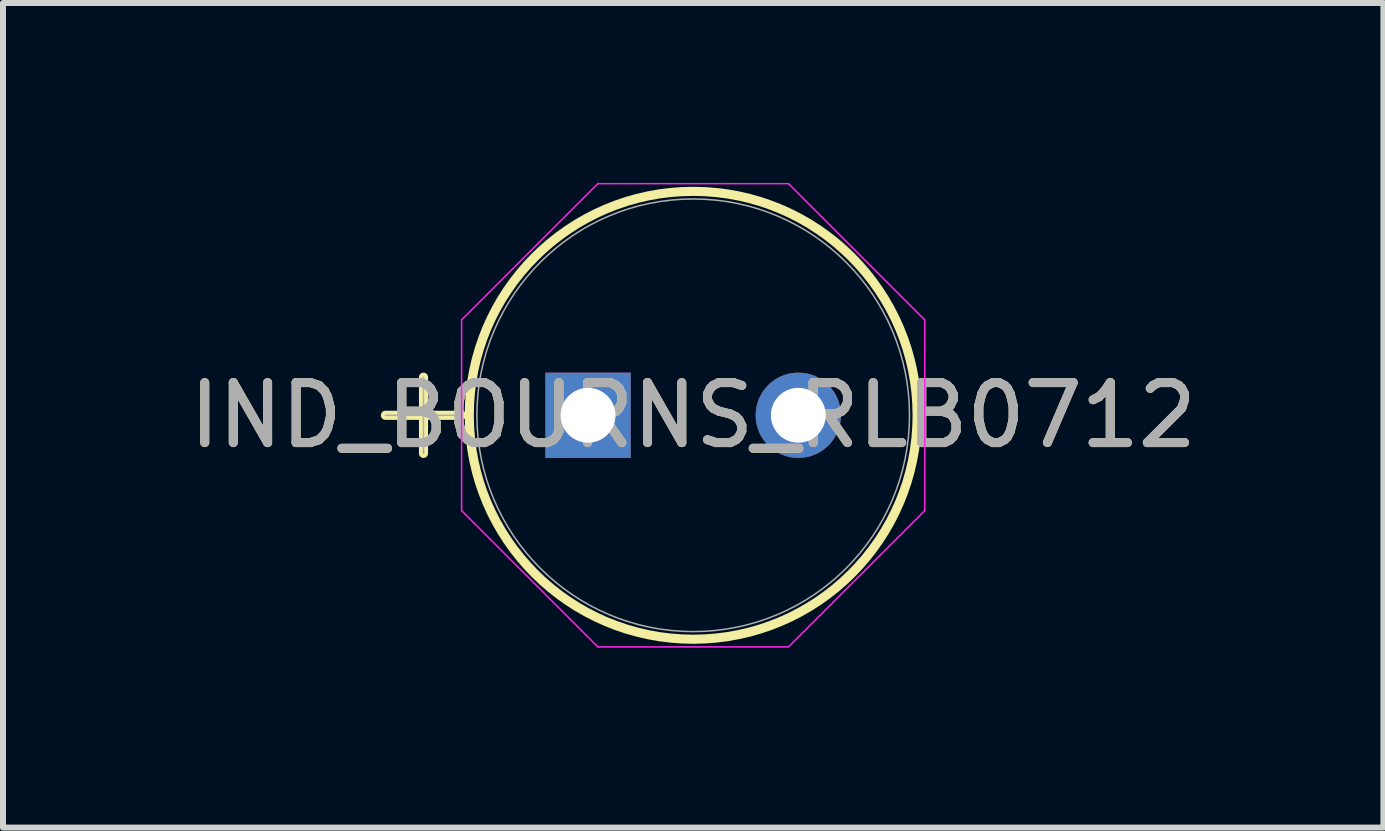
<source format=kicad_pcb>
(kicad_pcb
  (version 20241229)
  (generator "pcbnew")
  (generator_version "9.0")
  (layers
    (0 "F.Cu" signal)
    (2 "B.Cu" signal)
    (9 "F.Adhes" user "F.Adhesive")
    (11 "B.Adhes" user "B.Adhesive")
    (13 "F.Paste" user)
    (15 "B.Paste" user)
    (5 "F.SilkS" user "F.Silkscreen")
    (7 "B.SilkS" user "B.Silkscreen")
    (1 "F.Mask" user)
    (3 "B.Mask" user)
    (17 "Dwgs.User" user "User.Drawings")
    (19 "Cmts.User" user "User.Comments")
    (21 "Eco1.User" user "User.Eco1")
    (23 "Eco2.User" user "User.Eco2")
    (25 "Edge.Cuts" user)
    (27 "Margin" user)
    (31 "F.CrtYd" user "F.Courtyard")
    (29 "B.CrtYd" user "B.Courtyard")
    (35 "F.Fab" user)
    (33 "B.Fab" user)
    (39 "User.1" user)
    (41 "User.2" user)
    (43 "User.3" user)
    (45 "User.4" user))
  (footprint "IND_BOURNS_RLB0712"
    (layer "F.Cu")
    (at 6.753 3.873)
    (property "Reference" "IND_BOURNS_RLB0712" (at 1.753 0 0) (unlocked yes) (layer "F.SilkS") (effects (font (size 1 1) (thickness 0.15))))
    (attr through_hole)
    (fp_line (start -3.378 0) (end -2.108 0) (stroke (width 0.152) (type solid)) (layer "F.SilkS"))
    (fp_line (start -2.743 -0.635) (end -2.743 0.635) (stroke (width 0.152) (type solid)) (layer "F.SilkS"))
    (fp_circle (center 1.753 0) (end 5.486 0) (stroke (width 0.152) (type solid)) (fill no) (layer "F.SilkS"))
    (fp_line (start -2.108 -1.59) (end 0.163 -3.861) (stroke (width 0.025) (type solid)) (layer "F.CrtYd"))
    (fp_line (start -2.108 1.59) (end -2.108 -1.59) (stroke (width 0.025) (type solid)) (layer "F.CrtYd"))
    (fp_line (start 0.163 -3.861) (end 3.342 -3.861) (stroke (width 0.025) (type solid)) (layer "F.CrtYd"))
    (fp_line (start 0.163 3.861) (end -2.108 1.59) (stroke (width 0.025) (type solid)) (layer "F.CrtYd"))
    (fp_line (start 3.342 -3.861) (end 5.613 -1.59) (stroke (width 0.025) (type solid)) (layer "F.CrtYd"))
    (fp_line (start 3.342 3.861) (end 0.163 3.861) (stroke (width 0.025) (type solid)) (layer "F.CrtYd"))
    (fp_line (start 5.613 -1.59) (end 5.613 1.59) (stroke (width 0.025) (type solid)) (layer "F.CrtYd"))
    (fp_line (start 5.613 1.59) (end 3.342 3.861) (stroke (width 0.025) (type solid)) (layer "F.CrtYd"))
    (fp_line (start -3.378 0) (end -2.108 0) (stroke (width 0.025) (type solid)) (layer "F.Fab"))
    (fp_line (start -2.743 -0.635) (end -2.743 0.635) (stroke (width 0.025) (type solid)) (layer "F.Fab"))
    (fp_circle (center 1.753 0) (end 5.359 0) (stroke (width 0.025) (type solid)) (fill no) (layer "F.Fab"))
    (fp_text user "${REFERENCE}" (at 1.753 0 0) (unlocked yes) (layer "F.Fab") (effects (font (size 1 1) (thickness 0.15))))
    (pad "1" thru_hole rect (at 0 0) (size 1.422 1.422) (drill 0.914) (layers "*.Cu" "*.Mask"))
    (pad "2" thru_hole circle (at 3.505 0) (size 1.422 1.422) (drill 0.914) (layers "*.Cu" "*.Mask")))
  (gr_rect
    (start -3 -3)
    (end 20.012 10.747)
    (stroke (width 0.1) (type default))
    (fill no)
    (layer "Edge.Cuts")))
</source>
